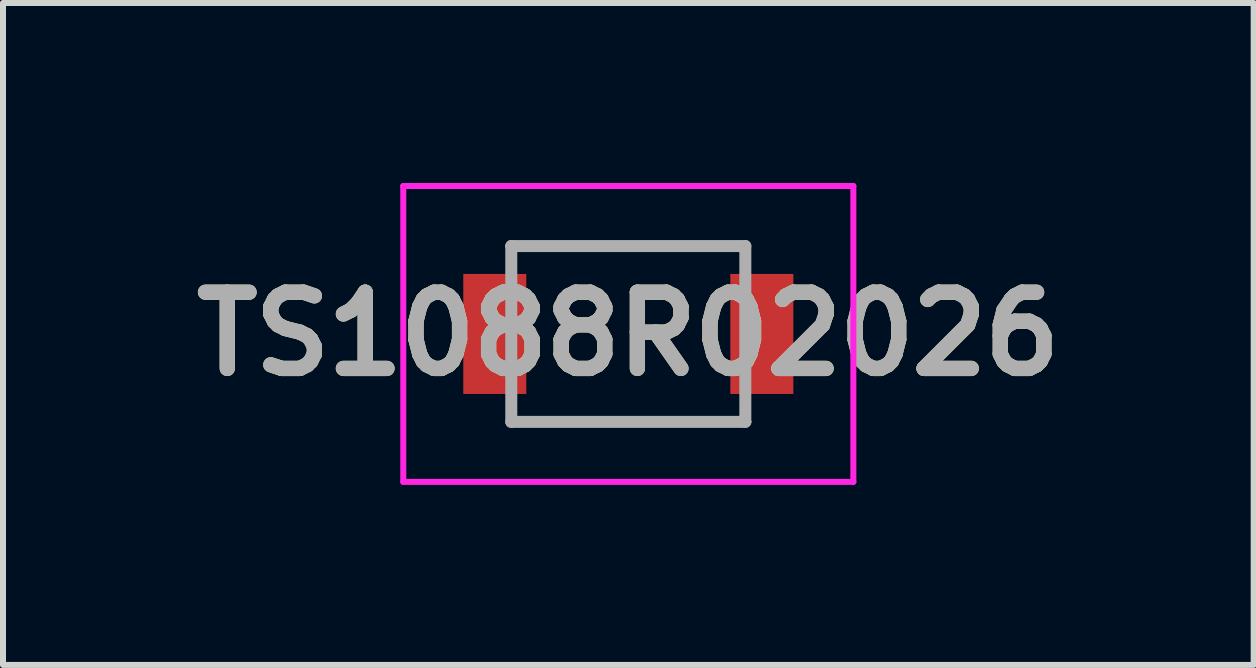
<source format=kicad_pcb>
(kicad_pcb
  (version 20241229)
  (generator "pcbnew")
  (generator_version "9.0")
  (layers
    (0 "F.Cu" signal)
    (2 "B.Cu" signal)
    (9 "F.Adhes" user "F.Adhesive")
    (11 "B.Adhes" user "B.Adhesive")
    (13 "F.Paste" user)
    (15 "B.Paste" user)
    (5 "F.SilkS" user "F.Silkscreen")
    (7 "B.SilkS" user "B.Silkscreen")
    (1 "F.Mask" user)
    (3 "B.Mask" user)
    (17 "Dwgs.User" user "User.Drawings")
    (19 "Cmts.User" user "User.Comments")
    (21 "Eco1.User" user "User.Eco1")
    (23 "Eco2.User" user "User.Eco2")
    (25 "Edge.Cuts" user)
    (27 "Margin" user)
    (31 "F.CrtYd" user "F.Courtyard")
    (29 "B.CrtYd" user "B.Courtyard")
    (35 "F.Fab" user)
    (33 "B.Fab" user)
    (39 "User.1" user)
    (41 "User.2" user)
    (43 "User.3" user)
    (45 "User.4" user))
  (footprint "TS1088R02026"
    (layer "F.Cu")
    (at 7.42 2.515)
    (property "Reference" "TS1088R02026" (at 0 0 0) (layer "F.SilkS") (effects (font (size 1.27 1.27) (thickness 0.254))))
    (attr smd)
    (fp_line (start -2 -1.465) (end 1.95 -1.465) (stroke (width 0.1) (type solid)) (layer "F.SilkS"))
    (fp_line (start -1.95 1.465) (end 2 1.465) (stroke (width 0.1) (type solid)) (layer "F.SilkS"))
    (fp_line (start -3.75 -2.465) (end 3.75 -2.465) (stroke (width 0.1) (type solid)) (layer "F.CrtYd"))
    (fp_line (start -3.75 2.465) (end -3.75 -2.465) (stroke (width 0.1) (type solid)) (layer "F.CrtYd"))
    (fp_line (start 3.75 -2.465) (end 3.75 2.465) (stroke (width 0.1) (type solid)) (layer "F.CrtYd"))
    (fp_line (start 3.75 2.465) (end -3.75 2.465) (stroke (width 0.1) (type solid)) (layer "F.CrtYd"))
    (fp_line (start -1.95 -1.465) (end 1.95 -1.465) (stroke (width 0.2) (type solid)) (layer "F.Fab"))
    (fp_line (start -1.95 1.465) (end -1.95 -1.465) (stroke (width 0.2) (type solid)) (layer "F.Fab"))
    (fp_line (start 1.95 -1.465) (end 1.95 1.465) (stroke (width 0.2) (type solid)) (layer "F.Fab"))
    (fp_line (start 1.95 1.465) (end -1.95 1.465) (stroke (width 0.2) (type solid)) (layer "F.Fab"))
    (fp_text user "${REFERENCE}" (at 0 0 0) (layer "F.Fab") (effects (font (size 1.27 1.27) (thickness 0.254))))
    (pad "1" smd rect (at -2.225 0) (size 1.05 2) (layers "F.Cu" "F.Mask" "F.Paste"))
    (pad "2" smd rect (at 2.225 0) (size 1.05 2) (layers "F.Cu" "F.Mask" "F.Paste")))
  (gr_rect
    (start -3 -3)
    (end 17.841 8.03)
    (stroke (width 0.1) (type default))
    (fill no)
    (layer "Edge.Cuts")))
</source>
